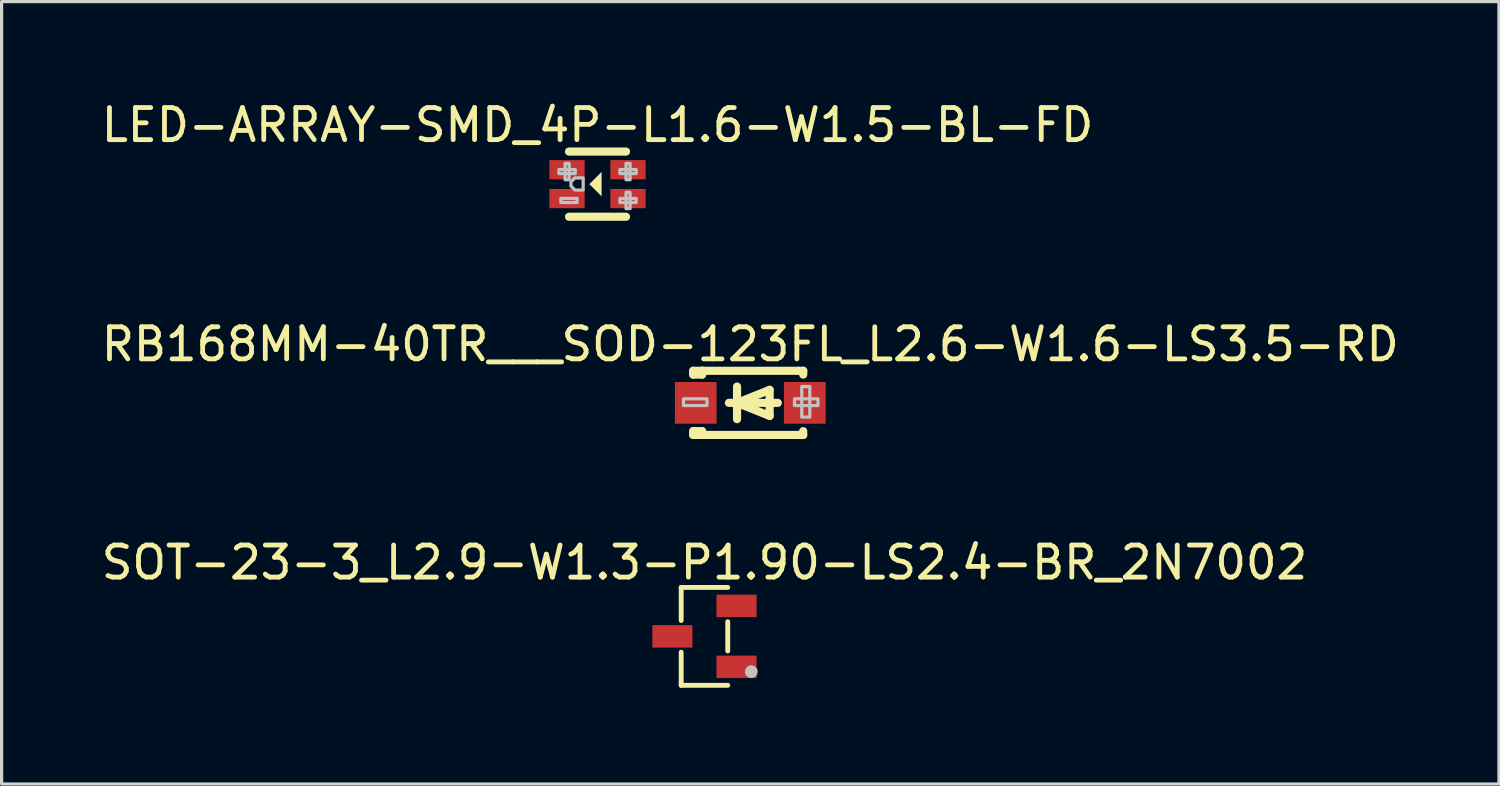
<source format=kicad_pcb>
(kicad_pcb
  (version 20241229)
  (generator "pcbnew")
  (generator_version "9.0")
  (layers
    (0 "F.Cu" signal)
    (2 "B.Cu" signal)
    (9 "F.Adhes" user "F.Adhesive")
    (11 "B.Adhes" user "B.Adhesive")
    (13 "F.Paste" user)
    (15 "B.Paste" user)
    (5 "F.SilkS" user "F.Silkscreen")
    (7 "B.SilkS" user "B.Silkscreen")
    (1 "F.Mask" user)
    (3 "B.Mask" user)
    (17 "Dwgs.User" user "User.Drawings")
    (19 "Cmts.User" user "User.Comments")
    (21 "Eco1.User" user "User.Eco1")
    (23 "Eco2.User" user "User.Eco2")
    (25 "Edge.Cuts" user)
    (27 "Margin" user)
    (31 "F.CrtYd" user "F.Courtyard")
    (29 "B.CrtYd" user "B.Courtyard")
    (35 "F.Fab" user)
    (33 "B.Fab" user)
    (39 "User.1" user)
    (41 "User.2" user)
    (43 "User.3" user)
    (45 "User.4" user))
  (footprint "LED-ARRAY-SMD_4P-L1.6-W1.5-BL-FD"
    (layer "F.Cu")
    (at 15.577 2.691)
    (property "Reference" "LED-ARRAY-SMD_4P-L1.6-W1.5-BL-FD" (at 0 -1.843 0) (layer "F.SilkS") (effects (font (size 1 1) (thickness 0.15))))
    (fp_line (start -0.889 -1.016) (end 0.889 -1.016) (stroke (width 0.254) (type default)) (layer "F.SilkS"))
    (fp_line (start -0.889 1.016) (end 0.889 1.016) (stroke (width 0.254) (type default)) (layer "F.SilkS"))
    (fp_poly (pts (xy 0.127 -0.381) (xy 0.127 0.381) (xy -0.254 0)) (stroke (width 0) (type default)) (fill yes) (layer "F.SilkS"))
    (fp_poly (pts (xy -1.202 -0.456) (xy -0.694 -0.456) (xy -0.694 -0.329) (xy -1.202 -0.329)) (stroke (width 0.1) (type default)) (fill no) (layer "Dwgs.User"))
    (fp_poly (pts (xy -1.143 0.445) (xy -0.635 0.445) (xy -0.635 0.572) (xy -1.143 0.572)) (stroke (width 0.1) (type default)) (fill no) (layer "Dwgs.User"))
    (fp_poly (pts (xy -1.011 -0.138) (xy -1.011 -0.646) (xy -0.884 -0.646) (xy -0.884 -0.138)) (stroke (width 0.1) (type default)) (fill no) (layer "Dwgs.User"))
    (fp_poly (pts (xy 0.699 -0.456) (xy 1.206 -0.456) (xy 1.206 -0.329) (xy 0.699 -0.329)) (stroke (width 0.1) (type default)) (fill no) (layer "Dwgs.User"))
    (fp_poly (pts (xy 0.699 0.445) (xy 1.206 0.445) (xy 1.206 0.572) (xy 0.699 0.572)) (stroke (width 0.1) (type default)) (fill no) (layer "Dwgs.User"))
    (fp_poly (pts (xy 0.889 -0.138) (xy 0.889 -0.646) (xy 1.016 -0.646) (xy 1.016 -0.138)) (stroke (width 0.1) (type default)) (fill no) (layer "Dwgs.User"))
    (fp_poly (pts (xy 0.889 0.762) (xy 0.889 0.254) (xy 1.016 0.254) (xy 1.016 0.762)) (stroke (width 0.1) (type default)) (fill no) (layer "Dwgs.User"))
    (fp_poly (pts (xy -0.828 0.058) (xy -0.701 0.185) (xy -0.447 0.185) (xy -0.447 -0.196) (xy -0.701 -0.196) (xy -0.828 -0.069)) (stroke (width 0.1) (type default)) (fill no) (layer "Dwgs.User"))
    (fp_poly (pts (xy -0.35 -0.725) (xy -0.35 -0.175) (xy -0.8 -0.175) (xy -0.8 -0.725)) (stroke (width 0.1) (type default)) (fill no) (layer "User.1"))
    (fp_poly (pts (xy -0.35 0.175) (xy -0.35 0.725) (xy -0.8 0.725) (xy -0.8 0.175)) (stroke (width 0.1) (type default)) (fill no) (layer "User.1"))
    (fp_poly (pts (xy 0.35 -0.175) (xy 0.35 -0.725) (xy 0.8 -0.725) (xy 0.8 -0.175)) (stroke (width 0.1) (type default)) (fill no) (layer "User.1"))
    (fp_poly (pts (xy 0.35 0.725) (xy 0.35 0.175) (xy 0.8 0.175) (xy 0.8 0.725)) (stroke (width 0.1) (type default)) (fill no) (layer "User.1"))
    (fp_line (start -0.8 -0.75) (end 0.8 -0.75) (stroke (width 0.051) (type default)) (layer "User.2"))
    (fp_line (start -0.8 0.75) (end -0.8 -0.75) (stroke (width 0.051) (type default)) (layer "User.2"))
    (fp_line (start 0.8 -0.75) (end 0.8 0.75) (stroke (width 0.051) (type default)) (layer "User.2"))
    (fp_line (start 0.8 0.75) (end -0.8 0.75) (stroke (width 0.051) (type default)) (layer "User.2"))
    (fp_poly (pts (xy -0.745 0.727) (xy -0.777 0.695) (xy -0.823 0.695) (xy -0.855 0.727) (xy -0.855 0.773) (xy -0.823 0.805) (xy -0.777 0.805) (xy -0.745 0.773)) (stroke (width 0.1) (type default)) (fill no) (layer "User.3"))
    (pad "1" smd rect (at -0.95 0.45 270) (size 0.6 1.1) (layers "F.Cu" "F.Mask" "F.Paste"))
    (pad "2" smd rect (at 0.95 0.45 270) (size 0.6 1.1) (layers "F.Cu" "F.Mask" "F.Paste"))
    (pad "3" smd rect (at 0.95 -0.45 270) (size 0.6 1.1) (layers "F.Cu" "F.Mask" "F.Paste"))
    (pad "4" smd rect (at -0.95 -0.45 270) (size 0.6 1.1) (layers "F.Cu" "F.Mask" "F.Paste")))
  (footprint "SOT-23-3_L2.9-W1.3-P1.90-LS2.4-BR_2N7002"
    (layer "F.Cu")
    (at 18.911 16.788)
    (property "Reference" "SOT-23-3_L2.9-W1.3-P1.90-LS2.4-BR_2N7002" (at 0 -2.302 0) (layer "F.SilkS") (effects (font (size 1 1) (thickness 0.15))))
    (fp_line (start -0.726 -1.526) (end -0.726 -0.494) (stroke (width 0.152) (type default)) (layer "F.SilkS"))
    (fp_line (start -0.726 1.526) (end -0.726 0.494) (stroke (width 0.152) (type default)) (layer "F.SilkS"))
    (fp_line (start 0.726 -1.526) (end -0.726 -1.526) (stroke (width 0.152) (type default)) (layer "F.SilkS"))
    (fp_line (start 0.726 -0.456) (end 0.726 0.456) (stroke (width 0.152) (type default)) (layer "F.SilkS"))
    (fp_line (start 0.726 1.526) (end -0.726 1.526) (stroke (width 0.152) (type default)) (layer "F.SilkS"))
    (fp_circle (center 1.46 1.1) (end 1.56 1.1) (stroke (width 0.2) (type default)) (fill no) (layer "Dwgs.User"))
    (fp_poly (pts (xy -1.2 0.215) (xy -1.2 -0.215) (xy -0.9 -0.215) (xy -0.9 0.215)) (stroke (width 0.1) (type default)) (fill no) (layer "User.1"))
    (fp_poly (pts (xy -0.91 0.215) (xy -0.91 -0.215) (xy -0.64 -0.215) (xy -0.64 0.215)) (stroke (width 0.1) (type default)) (fill no) (layer "User.1"))
    (fp_poly (pts (xy 0.64 -0.735) (xy 0.64 -1.165) (xy 0.91 -1.165) (xy 0.91 -0.735)) (stroke (width 0.1) (type default)) (fill no) (layer "User.1"))
    (fp_poly (pts (xy 0.64 1.165) (xy 0.64 0.735) (xy 0.91 0.735) (xy 0.91 1.165)) (stroke (width 0.1) (type default)) (fill no) (layer "User.1"))
    (fp_poly (pts (xy 0.9 -0.735) (xy 0.9 -1.165) (xy 1.2 -1.165) (xy 1.2 -0.735)) (stroke (width 0.1) (type default)) (fill no) (layer "User.1"))
    (fp_poly (pts (xy 0.9 1.165) (xy 0.9 0.735) (xy 1.2 0.735) (xy 1.2 1.165)) (stroke (width 0.1) (type default)) (fill no) (layer "User.1"))
    (fp_line (start -0.65 -1.45) (end 0.65 -1.45) (stroke (width 0.051) (type default)) (layer "User.2"))
    (fp_line (start -0.65 1.45) (end -0.65 -1.45) (stroke (width 0.051) (type default)) (layer "User.2"))
    (fp_line (start 0.65 -1.45) (end 0.65 1.45) (stroke (width 0.051) (type default)) (layer "User.2"))
    (fp_line (start 0.65 1.45) (end -0.65 1.45) (stroke (width 0.051) (type default)) (layer "User.2"))
    (fp_poly (pts (xy 1.255 1.427) (xy 1.223 1.395) (xy 1.177 1.395) (xy 1.145 1.427) (xy 1.145 1.473) (xy 1.177 1.505) (xy 1.223 1.505) (xy 1.255 1.473)) (stroke (width 0.1) (type default)) (fill no) (layer "User.3"))
    (pad "1" smd rect (at 1 0.95) (size 1.25 0.7) (layers "F.Cu" "F.Mask" "F.Paste"))
    (pad "2" smd rect (at 1 -0.95) (size 1.25 0.7) (layers "F.Cu" "F.Mask" "F.Paste"))
    (pad "3" smd rect (at -1 0) (size 1.25 0.7) (layers "F.Cu" "F.Mask" "F.Paste")))
  (footprint "RB168MM-40TR___SOD-123FL_L2.6-W1.6-LS3.5-RD"
    (layer "F.Cu")
    (at 20.339 9.509)
    (property "Reference" "RB168MM-40TR___SOD-123FL_L2.6-W1.6-LS3.5-RD" (at 0 -1.827 0) (layer "F.SilkS") (effects (font (size 1 1) (thickness 0.15))))
    (fp_line (start -1.778 -1) (end -1.778 -0.881) (stroke (width 0.254) (type default)) (layer "F.SilkS"))
    (fp_line (start -1.778 1) (end -1.778 0.881) (stroke (width 0.254) (type default)) (layer "F.SilkS"))
    (fp_line (start -1.5 -1) (end -1.778 -1) (stroke (width 0.254) (type default)) (layer "F.SilkS"))
    (fp_line (start -1.5 -1) (end -1.5 -0.881) (stroke (width 0.254) (type default)) (layer "F.SilkS"))
    (fp_line (start -1.5 -1) (end 1.5 -1) (stroke (width 0.254) (type default)) (layer "F.SilkS"))
    (fp_line (start -1.5 -0.881) (end -1.778 -0.881) (stroke (width 0.254) (type default)) (layer "F.SilkS"))
    (fp_line (start -1.5 0.881) (end -1.778 0.881) (stroke (width 0.254) (type default)) (layer "F.SilkS"))
    (fp_line (start -1.5 0.881) (end -1.5 1) (stroke (width 0.254) (type default)) (layer "F.SilkS"))
    (fp_line (start -1.5 1) (end -1.778 1) (stroke (width 0.254) (type default)) (layer "F.SilkS"))
    (fp_line (start -0.666 0) (end 0.858 0) (stroke (width 0.254) (type default)) (layer "F.SilkS"))
    (fp_line (start -0.412 -0.508) (end -0.412 0.508) (stroke (width 0.254) (type default)) (layer "F.SilkS"))
    (fp_line (start -0.412 0) (end 0.604 -0.406) (stroke (width 0.254) (type default)) (layer "F.SilkS"))
    (fp_line (start 0.604 -0.406) (end 0.604 0.406) (stroke (width 0.254) (type default)) (layer "F.SilkS"))
    (fp_line (start 0.604 0.406) (end -0.412 0) (stroke (width 0.254) (type default)) (layer "F.SilkS"))
    (fp_line (start 1.5 -1) (end 1.651 -1) (stroke (width 0.254) (type default)) (layer "F.SilkS"))
    (fp_line (start 1.5 1) (end -1.5 1) (stroke (width 0.254) (type default)) (layer "F.SilkS"))
    (fp_line (start 1.65 0.881) (end 1.65 1.001) (stroke (width 0.254) (type default)) (layer "F.SilkS"))
    (fp_line (start 1.65 1.001) (end 1.5 1.001) (stroke (width 0.254) (type default)) (layer "F.SilkS"))
    (fp_line (start 1.651 -1) (end 1.651 -0.881) (stroke (width 0.254) (type default)) (layer "F.SilkS"))
    (fp_poly (pts (xy 1.856 -0.508) (xy 1.606 -0.508) (xy 1.606 0.442) (xy 1.856 0.442)) (stroke (width 0.1) (type default)) (fill no) (layer "Dwgs.User"))
    (fp_poly (pts (xy -1.35 -0.127) (xy -2.082 -0.127) (xy -2.082 0.083) (xy -1.35 0.083) (xy -1.35 0.077)) (stroke (width 0.1) (type default)) (fill no) (layer "Dwgs.User"))
    (fp_poly (pts (xy 2.11 -0.127) (xy 1.378 -0.127) (xy 1.378 0.083) (xy 2.11 0.083) (xy 2.11 0.077)) (stroke (width 0.1) (type default)) (fill no) (layer "Dwgs.User"))
    (fp_poly (pts (xy -1.75 0.45) (xy -1.75 -0.45) (xy -1.1 -0.45) (xy -1.1 0.45)) (stroke (width 0.1) (type default)) (fill no) (layer "User.1"))
    (fp_poly (pts (xy 1.1 0.45) (xy 1.1 -0.45) (xy 1.75 -0.45) (xy 1.75 0.45)) (stroke (width 0.1) (type default)) (fill no) (layer "User.1"))
    (fp_line (start -1.3 -0.8) (end 1.3 -0.8) (stroke (width 0.051) (type default)) (layer "User.2"))
    (fp_line (start -1.3 0.8) (end -1.3 -0.8) (stroke (width 0.051) (type default)) (layer "User.2"))
    (fp_line (start 1.3 -0.8) (end 1.3 0.8) (stroke (width 0.051) (type default)) (layer "User.2"))
    (fp_line (start 1.3 0.8) (end -1.3 0.8) (stroke (width 0.051) (type default)) (layer "User.2"))
    (fp_poly (pts (xy -1.695 0.777) (xy -1.727 0.745) (xy -1.773 0.745) (xy -1.805 0.777) (xy -1.805 0.823) (xy -1.773 0.855) (xy -1.727 0.855) (xy -1.695 0.823)) (stroke (width 0.1) (type default)) (fill no) (layer "User.3"))
    (pad "1" smd rect (at -1.7 0) (size 1.3 1.3) (layers "F.Cu" "F.Mask" "F.Paste"))
    (pad "2" smd rect (at 1.7 0) (size 1.3 1.3) (layers "F.Cu" "F.Mask" "F.Paste")))
  (gr_rect
    (start -3 -3)
    (end 43.679 21.39)
    (stroke (width 0.1) (type default))
    (fill no)
    (layer "Edge.Cuts")))
</source>
